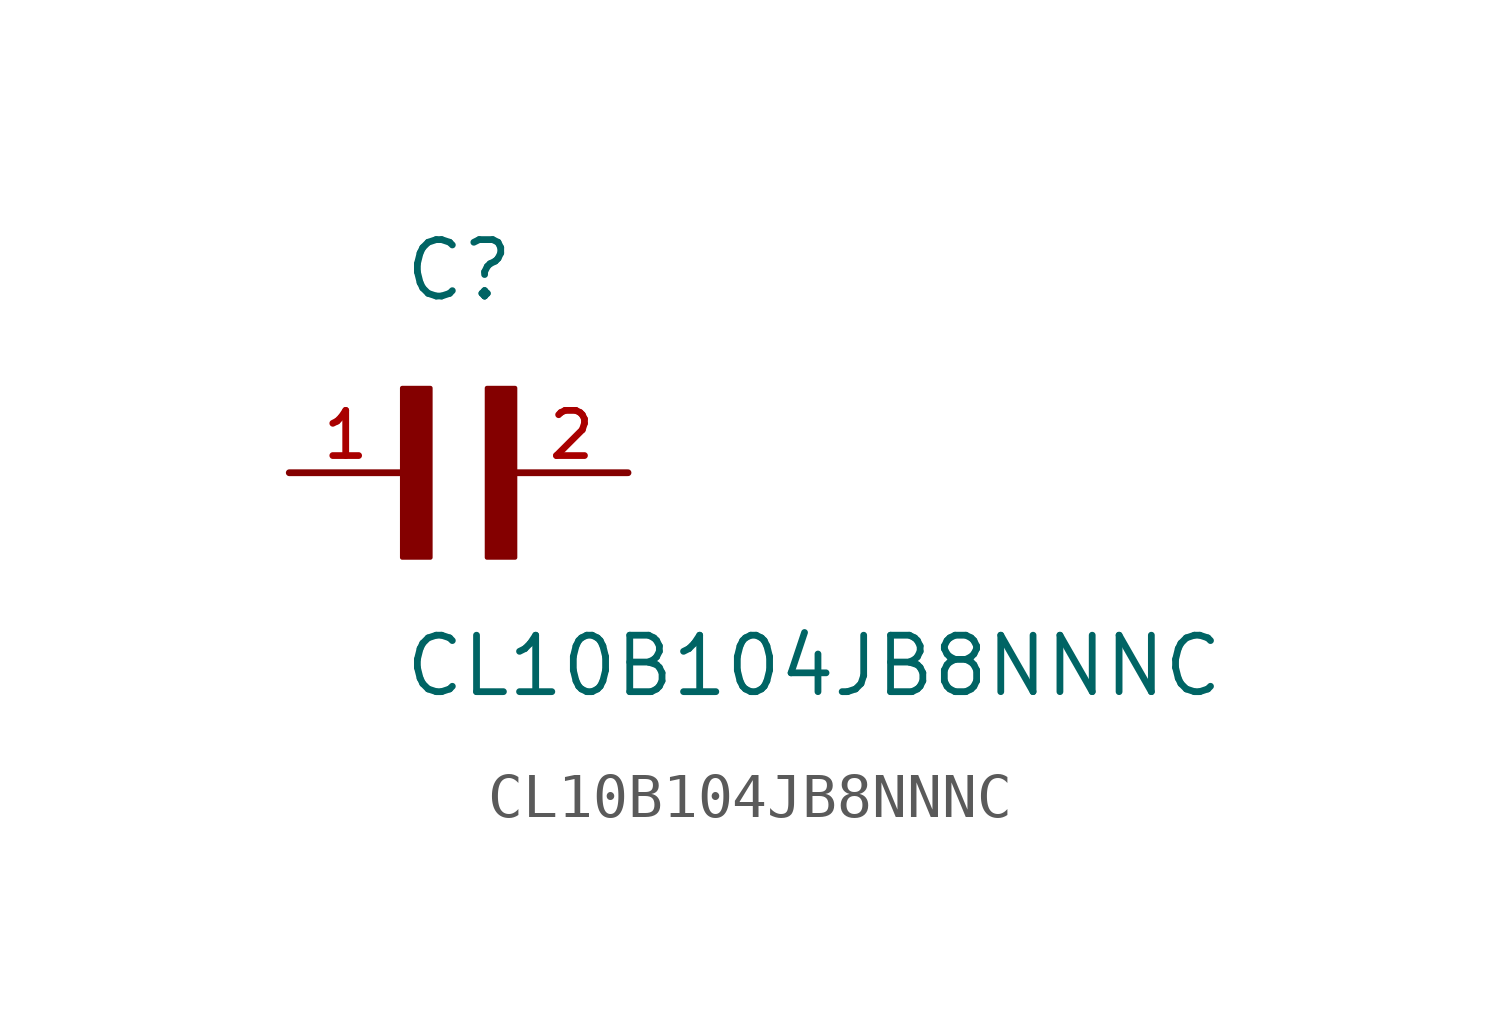
<source format=kicad_sym>
(kicad_symbol_lib
  (version 20211014)
  (generator kicad_symbol_editor)
  (symbol "CL10B104JB8NNNC"
    (pin_names
      (offset 1.016))
    (property "Reference" "C"
      (at 0.0 3.811 0)
      (effects (font (size 1.27 1.27)) (justify bottom left)))
    (property "Value" "CL10B104JB8NNNC"
      (at 0.0 -5.088 0)
      (effects (font (size 1.27 1.27)) (justify bottom left)))
    (symbol "CL10B104JB8NNNC_0_0"
      (rectangle (start 0.0 -1.907) (end 0.635 1.905) (stroke (width 0.1)) (fill (type outline)))
      (rectangle (start 1.907 -1.907) (end 2.54 1.905) (stroke (width 0.1)) (fill (type outline)))
      (pin passive line (at 5.08 0.0 180.0) (length 2.54) (name "~" (effects (font (size 1.016 1.016)))) (number "2" (effects (font (size 1.016 1.016)))))
      (pin passive line (at -2.54 0.0 0) (length 2.54) (name "~" (effects (font (size 1.016 1.016)))) (number "1" (effects (font (size 1.016 1.016))))))))
</source>
